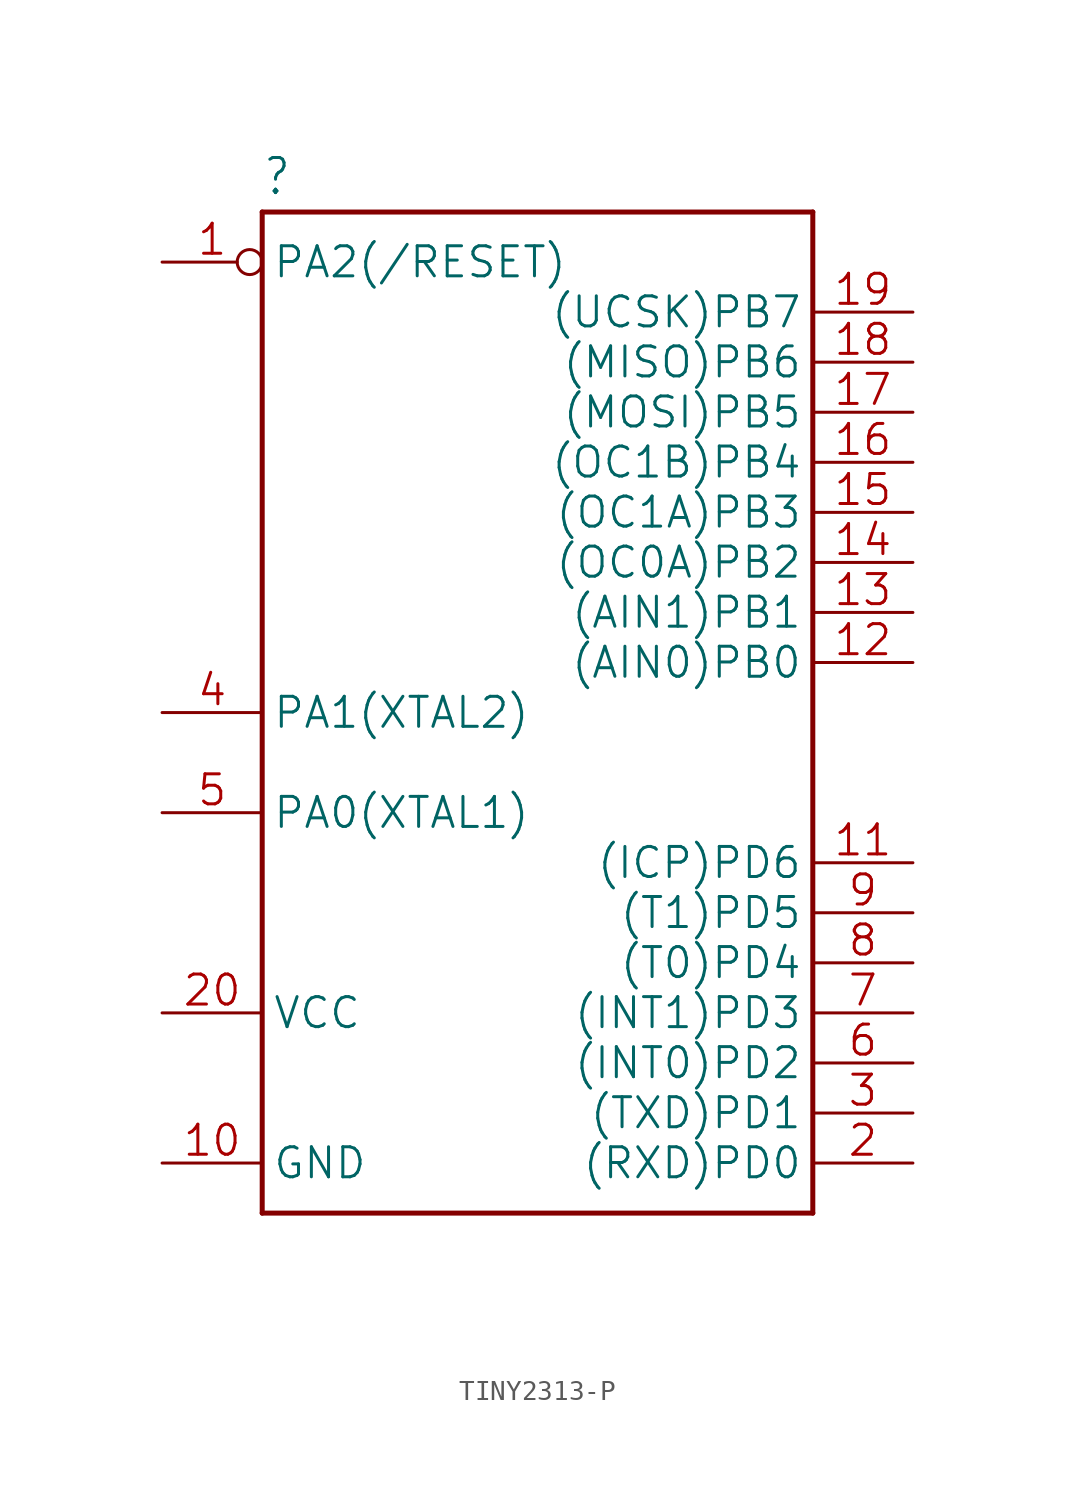
<source format=kicad_sym>
(kicad_symbol_lib
  (version 20241209)
  (generator "kicad_symbol_editor")
  (generator_version "9.0")
  (symbol "TINY2313-P"
    (property "Reference" ""
      (at -15.24 21.082 0)
      (effects (font (size 1.778 1.511)) (justify left bottom)))
    (property "Value" ""
      (at -15.24 -33.02 0)
      (effects (font (size 1.778 1.511)) (justify left bottom)))
    (property "ki_locked" ""
      (at 0 0 0)
      (effects (font (size 1.27 1.27))))
    (symbol "TINY2313-P_1_0"
      (polyline (pts (xy -15.24 20.32) (xy 12.7 20.32)) (stroke (width 0.254) (type solid)) (fill (type none)))
      (polyline (pts (xy -15.24 -30.48) (xy -15.24 20.32)) (stroke (width 0.254) (type solid)) (fill (type none)))
      (polyline (pts (xy 12.7 20.32) (xy 12.7 -30.48)) (stroke (width 0.254) (type solid)) (fill (type none)))
      (polyline (pts (xy 12.7 -30.48) (xy -15.24 -30.48)) (stroke (width 0.254) (type solid)) (fill (type none)))
      (pin input inverted (at -20.32 17.78 0) (length 5.08) (name "PA2(/RESET)" (effects (font (size 1.524 1.524)))) (number "1" (effects (font (size 1.524 1.524)))))
      (pin bidirectional line (at -20.32 -5.08 0) (length 5.08) (name "PA1(XTAL2)" (effects (font (size 1.524 1.524)))) (number "4" (effects (font (size 1.524 1.524)))))
      (pin bidirectional line (at -20.32 -10.16 0) (length 5.08) (name "PA0(XTAL1)" (effects (font (size 1.524 1.524)))) (number "5" (effects (font (size 1.524 1.524)))))
      (pin power_in line (at -20.32 -20.32 0) (length 5.08) (name "VCC" (effects (font (size 1.524 1.524)))) (number "20" (effects (font (size 1.524 1.524)))))
      (pin power_in line (at -20.32 -27.94 0) (length 5.08) (name "GND" (effects (font (size 1.524 1.524)))) (number "10" (effects (font (size 1.524 1.524)))))
      (pin bidirectional line (at 17.78 15.24 180) (length 5.08) (name "(UCSK)PB7" (effects (font (size 1.524 1.524)))) (number "19" (effects (font (size 1.524 1.524)))))
      (pin bidirectional line (at 17.78 12.7 180) (length 5.08) (name "(MISO)PB6" (effects (font (size 1.524 1.524)))) (number "18" (effects (font (size 1.524 1.524)))))
      (pin bidirectional line (at 17.78 10.16 180) (length 5.08) (name "(MOSI)PB5" (effects (font (size 1.524 1.524)))) (number "17" (effects (font (size 1.524 1.524)))))
      (pin bidirectional line (at 17.78 7.62 180) (length 5.08) (name "(OC1B)PB4" (effects (font (size 1.524 1.524)))) (number "16" (effects (font (size 1.524 1.524)))))
      (pin bidirectional line (at 17.78 5.08 180) (length 5.08) (name "(OC1A)PB3" (effects (font (size 1.524 1.524)))) (number "15" (effects (font (size 1.524 1.524)))))
      (pin bidirectional line (at 17.78 2.54 180) (length 5.08) (name "(OC0A)PB2" (effects (font (size 1.524 1.524)))) (number "14" (effects (font (size 1.524 1.524)))))
      (pin bidirectional line (at 17.78 0 180) (length 5.08) (name "(AIN1)PB1" (effects (font (size 1.524 1.524)))) (number "13" (effects (font (size 1.524 1.524)))))
      (pin bidirectional line (at 17.78 -2.54 180) (length 5.08) (name "(AIN0)PB0" (effects (font (size 1.524 1.524)))) (number "12" (effects (font (size 1.524 1.524)))))
      (pin bidirectional line (at 17.78 -12.7 180) (length 5.08) (name "(ICP)PD6" (effects (font (size 1.524 1.524)))) (number "11" (effects (font (size 1.524 1.524)))))
      (pin bidirectional line (at 17.78 -15.24 180) (length 5.08) (name "(T1)PD5" (effects (font (size 1.524 1.524)))) (number "9" (effects (font (size 1.524 1.524)))))
      (pin bidirectional line (at 17.78 -17.78 180) (length 5.08) (name "(T0)PD4" (effects (font (size 1.524 1.524)))) (number "8" (effects (font (size 1.524 1.524)))))
      (pin bidirectional line (at 17.78 -20.32 180) (length 5.08) (name "(INT1)PD3" (effects (font (size 1.524 1.524)))) (number "7" (effects (font (size 1.524 1.524)))))
      (pin bidirectional line (at 17.78 -22.86 180) (length 5.08) (name "(INT0)PD2" (effects (font (size 1.524 1.524)))) (number "6" (effects (font (size 1.524 1.524)))))
      (pin bidirectional line (at 17.78 -25.4 180) (length 5.08) (name "(TXD)PD1" (effects (font (size 1.524 1.524)))) (number "3" (effects (font (size 1.524 1.524)))))
      (pin bidirectional line (at 17.78 -27.94 180) (length 5.08) (name "(RXD)PD0" (effects (font (size 1.524 1.524)))) (number "2" (effects (font (size 1.524 1.524))))))))
</source>
